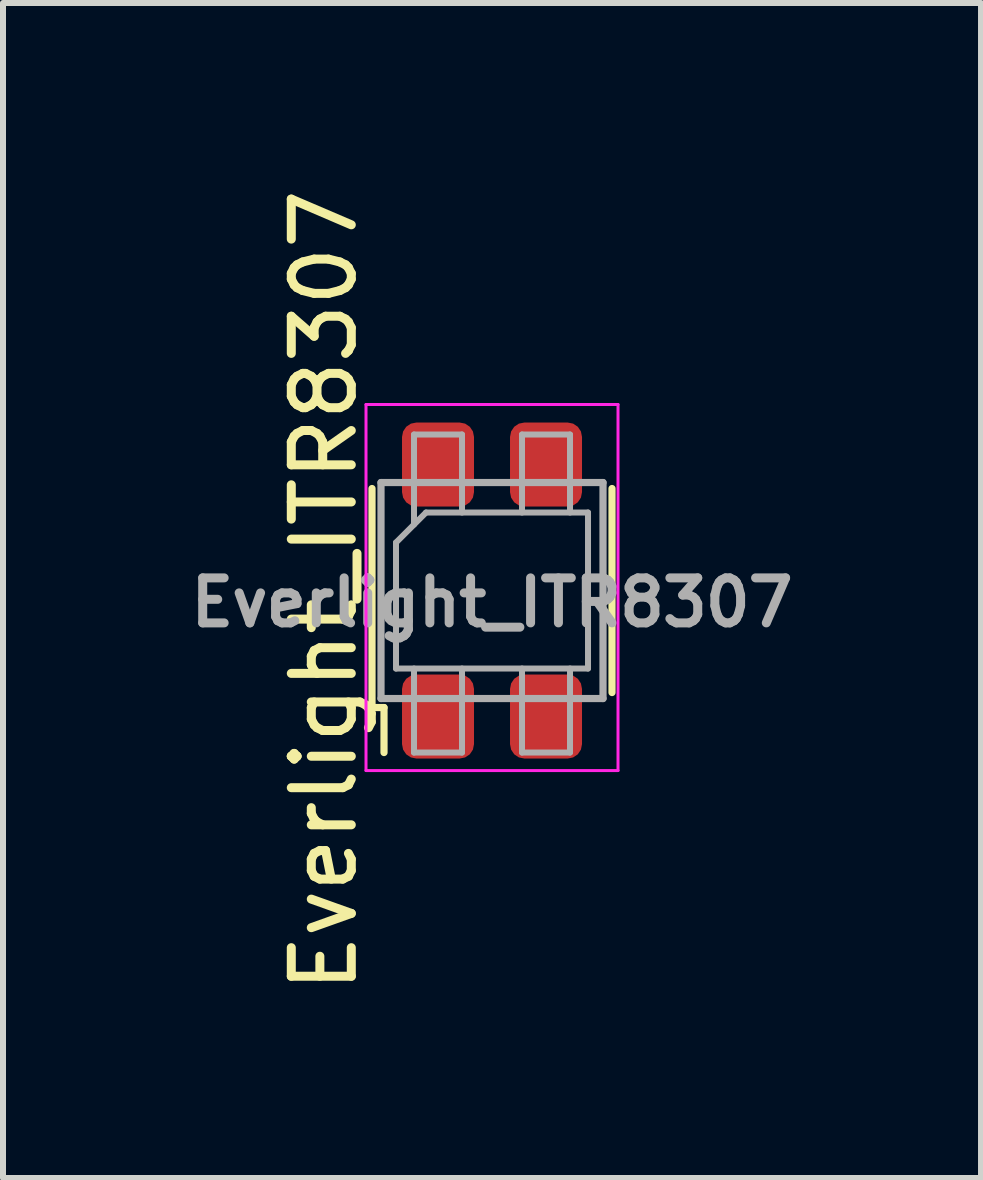
<source format=kicad_pcb>
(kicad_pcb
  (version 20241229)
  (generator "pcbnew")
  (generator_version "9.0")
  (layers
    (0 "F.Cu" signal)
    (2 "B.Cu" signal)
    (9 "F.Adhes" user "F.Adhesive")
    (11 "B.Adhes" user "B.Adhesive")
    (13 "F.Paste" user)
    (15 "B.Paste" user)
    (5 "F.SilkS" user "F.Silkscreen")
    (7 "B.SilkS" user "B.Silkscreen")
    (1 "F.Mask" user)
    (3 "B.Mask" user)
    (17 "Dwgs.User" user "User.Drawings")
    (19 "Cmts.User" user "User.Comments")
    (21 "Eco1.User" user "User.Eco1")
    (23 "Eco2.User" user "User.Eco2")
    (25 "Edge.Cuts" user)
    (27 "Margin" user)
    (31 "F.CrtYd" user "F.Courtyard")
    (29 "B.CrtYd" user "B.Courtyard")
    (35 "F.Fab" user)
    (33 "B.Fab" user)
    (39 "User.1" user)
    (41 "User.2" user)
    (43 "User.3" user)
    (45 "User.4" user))
  (footprint "Everlight_ITR8307"
    (layer "F.Cu")
    (at 5.15 6.792)
    (property "Reference" "Everlight_ITR8307" (at -2.8 0 90) (layer "F.SilkS") (effects (font (size 1 1) (thickness 0.15))))
    (attr smd)
    (fp_line (start -2 1.95) (end -2 -1.7) (stroke (width 0.12) (type solid)) (layer "F.SilkS"))
    (fp_line (start -2 1.95) (end -1.8 1.95) (stroke (width 0.12) (type solid)) (layer "F.SilkS"))
    (fp_line (start -1.8 2.7) (end -1.8 1.95) (stroke (width 0.12) (type solid)) (layer "F.SilkS"))
    (fp_line (start 2 1.7) (end 2 -1.7) (stroke (width 0.12) (type solid)) (layer "F.SilkS"))
    (fp_line (start -2.1 -3.1) (end -2.1 3) (stroke (width 0.05) (type solid)) (layer "F.CrtYd"))
    (fp_line (start -2.1 -3.1) (end 2.1 -3.1) (stroke (width 0.05) (type solid)) (layer "F.CrtYd"))
    (fp_line (start 2.1 3) (end -2.1 3) (stroke (width 0.05) (type solid)) (layer "F.CrtYd"))
    (fp_line (start 2.1 3) (end 2.1 -3.1) (stroke (width 0.05) (type solid)) (layer "F.CrtYd"))
    (fp_line (start -1.85 -1.8) (end 1.85 -1.8) (stroke (width 0.12) (type solid)) (layer "F.Fab"))
    (fp_line (start -1.85 1.8) (end -1.85 -1.8) (stroke (width 0.12) (type solid)) (layer "F.Fab"))
    (fp_line (start -1.6 -0.8) (end -1.1 -1.3) (stroke (width 0.1) (type solid)) (layer "F.Fab"))
    (fp_line (start -1.6 1.3) (end -1.6 -0.8) (stroke (width 0.1) (type solid)) (layer "F.Fab"))
    (fp_line (start -1.3 -2.6) (end -1.3 -1.1) (stroke (width 0.1) (type solid)) (layer "F.Fab"))
    (fp_line (start -1.3 -2.6) (end -0.5 -2.6) (stroke (width 0.1) (type solid)) (layer "F.Fab"))
    (fp_line (start -1.3 2.7) (end -1.3 1.3) (stroke (width 0.1) (type solid)) (layer "F.Fab"))
    (fp_line (start -1.1 -1.3) (end 1.6 -1.3) (stroke (width 0.1) (type solid)) (layer "F.Fab"))
    (fp_line (start -0.5 -2.6) (end -0.5 -1.3) (stroke (width 0.1) (type solid)) (layer "F.Fab"))
    (fp_line (start -0.5 1.3) (end -0.5 2.7) (stroke (width 0.1) (type solid)) (layer "F.Fab"))
    (fp_line (start -0.5 2.7) (end -1.3 2.7) (stroke (width 0.1) (type solid)) (layer "F.Fab"))
    (fp_line (start 0.5 -2.6) (end 1.3 -2.6) (stroke (width 0.1) (type solid)) (layer "F.Fab"))
    (fp_line (start 0.5 -1.3) (end 0.5 -2.6) (stroke (width 0.1) (type solid)) (layer "F.Fab"))
    (fp_line (start 0.5 1.3) (end 0.5 2.7) (stroke (width 0.1) (type solid)) (layer "F.Fab"))
    (fp_line (start 0.5 2.7) (end 1.3 2.7) (stroke (width 0.1) (type solid)) (layer "F.Fab"))
    (fp_line (start 1.3 -2.6) (end 1.3 -1.3) (stroke (width 0.1) (type solid)) (layer "F.Fab"))
    (fp_line (start 1.3 2.7) (end 1.3 1.3) (stroke (width 0.1) (type solid)) (layer "F.Fab"))
    (fp_line (start 1.6 -1.3) (end 1.6 1.3) (stroke (width 0.1) (type solid)) (layer "F.Fab"))
    (fp_line (start 1.6 1.3) (end -1.6 1.3) (stroke (width 0.1) (type solid)) (layer "F.Fab"))
    (fp_line (start 1.85 -1.8) (end 1.85 1.8) (stroke (width 0.12) (type solid)) (layer "F.Fab"))
    (fp_line (start 1.85 1.8) (end -1.85 1.8) (stroke (width 0.12) (type solid)) (layer "F.Fab"))
    (fp_text user "${REFERENCE}" (at 0 0.2 0) (layer "F.Fab") (effects (font (size 0.75 0.75) (thickness 0.15))))
    (pad "1" smd roundrect (at -0.9 2.1) (size 1.2 1.4) (layers "F.Cu" "F.Mask" "F.Paste") (roundrect_rratio 0.2))
    (pad "2" smd roundrect (at -0.9 -2.1) (size 1.2 1.4) (layers "F.Cu" "F.Mask" "F.Paste") (roundrect_rratio 0.2))
    (pad "3" smd roundrect (at 0.9 2.1) (size 1.2 1.4) (layers "F.Cu" "F.Mask" "F.Paste") (roundrect_rratio 0.2))
    (pad "4" smd roundrect (at 0.9 -2.1) (size 1.2 1.4) (layers "F.Cu" "F.Mask" "F.Paste") (roundrect_rratio 0.2)))
  (gr_rect
    (start -3 -3)
    (end 13.3 16.583)
    (stroke (width 0.1) (type default))
    (fill no)
    (layer "Edge.Cuts")))
</source>
